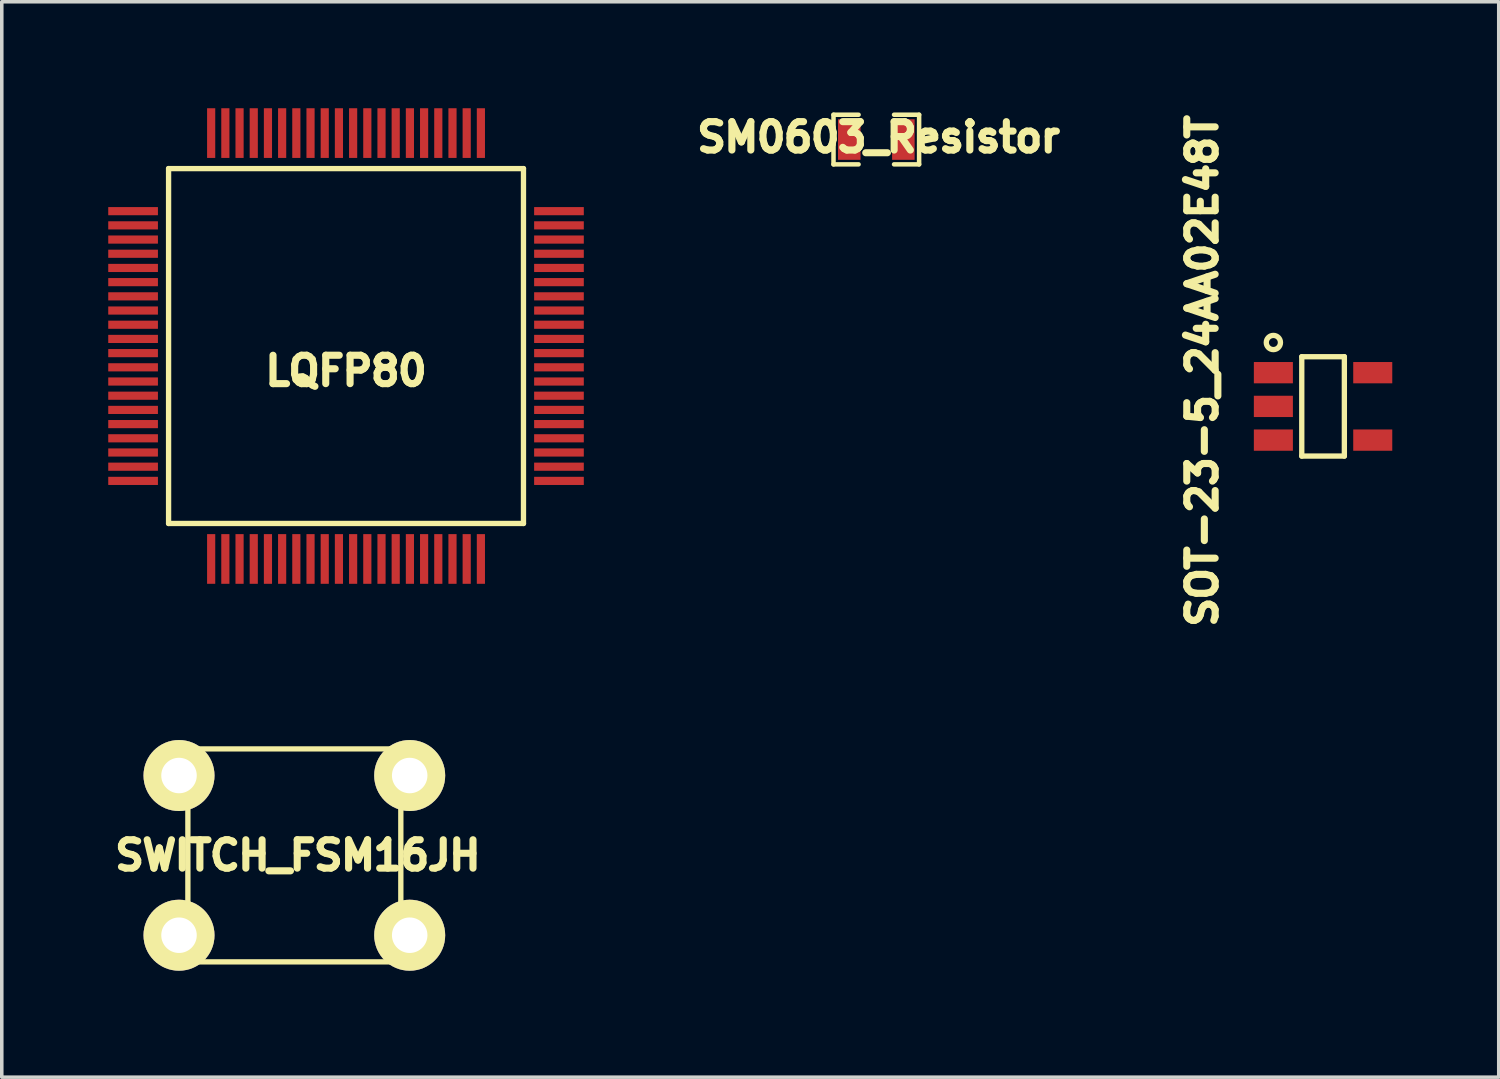
<source format=kicad_pcb>
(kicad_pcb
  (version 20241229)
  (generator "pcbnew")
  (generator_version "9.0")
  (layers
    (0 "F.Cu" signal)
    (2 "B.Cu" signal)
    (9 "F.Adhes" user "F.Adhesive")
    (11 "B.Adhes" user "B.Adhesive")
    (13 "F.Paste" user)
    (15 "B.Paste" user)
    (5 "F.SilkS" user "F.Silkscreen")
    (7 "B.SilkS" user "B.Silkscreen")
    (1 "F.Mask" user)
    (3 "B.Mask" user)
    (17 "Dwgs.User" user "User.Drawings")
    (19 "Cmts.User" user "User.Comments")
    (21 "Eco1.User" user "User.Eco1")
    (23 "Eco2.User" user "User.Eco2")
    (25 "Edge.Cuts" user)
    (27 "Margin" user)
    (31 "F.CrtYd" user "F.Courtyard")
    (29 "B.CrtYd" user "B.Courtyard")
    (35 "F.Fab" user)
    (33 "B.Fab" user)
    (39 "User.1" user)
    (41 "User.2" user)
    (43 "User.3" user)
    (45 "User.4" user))
  (footprint "LQFP80"
    (layer "F.Cu")
    (at 6.7 6.7)
    (property "Reference" "LQFP80" (at 0 0.7 0) (layer "F.SilkS") (effects (font (size 0.8 0.8) (thickness 0.2))))
    (attr through_hole)
    (fp_line (start -5 -5) (end 5 -5) (stroke (width 0.15) (type solid)) (layer "F.SilkS"))
    (fp_line (start -5 5) (end -5 -5) (stroke (width 0.15) (type solid)) (layer "F.SilkS"))
    (fp_line (start 5 -5) (end 5 5) (stroke (width 0.15) (type solid)) (layer "F.SilkS"))
    (fp_line (start 5 5) (end -5 5) (stroke (width 0.15) (type solid)) (layer "F.SilkS"))
    (pad "1" smd rect (at -6 -3.8) (size 1.4 0.23) (layers "F.Cu" "F.Mask" "F.Paste"))
    (pad "2" smd rect (at -6 -3.4) (size 1.4 0.23) (layers "F.Cu" "F.Mask" "F.Paste"))
    (pad "3" smd rect (at -6 -3) (size 1.4 0.23) (layers "F.Cu" "F.Mask" "F.Paste"))
    (pad "4" smd rect (at -6 -2.6) (size 1.4 0.23) (layers "F.Cu" "F.Mask" "F.Paste"))
    (pad "5" smd rect (at -6 -2.2) (size 1.4 0.23) (layers "F.Cu" "F.Mask" "F.Paste"))
    (pad "6" smd rect (at -6 -1.8) (size 1.4 0.23) (layers "F.Cu" "F.Mask" "F.Paste"))
    (pad "7" smd rect (at -6 -1.4) (size 1.4 0.23) (layers "F.Cu" "F.Mask" "F.Paste"))
    (pad "8" smd rect (at -6 -1) (size 1.4 0.23) (layers "F.Cu" "F.Mask" "F.Paste"))
    (pad "9" smd rect (at -6 -0.6) (size 1.4 0.23) (layers "F.Cu" "F.Mask" "F.Paste"))
    (pad "10" smd rect (at -6 -0.2) (size 1.4 0.23) (layers "F.Cu" "F.Mask" "F.Paste"))
    (pad "11" smd rect (at -6 0.2) (size 1.4 0.23) (layers "F.Cu" "F.Mask" "F.Paste"))
    (pad "12" smd rect (at -6 0.6) (size 1.4 0.23) (layers "F.Cu" "F.Mask" "F.Paste"))
    (pad "13" smd rect (at -6 1) (size 1.4 0.23) (layers "F.Cu" "F.Mask" "F.Paste"))
    (pad "14" smd rect (at -6 1.4) (size 1.4 0.23) (layers "F.Cu" "F.Mask" "F.Paste"))
    (pad "15" smd rect (at -6 1.8) (size 1.4 0.23) (layers "F.Cu" "F.Mask" "F.Paste"))
    (pad "16" smd rect (at -6 2.2) (size 1.4 0.23) (layers "F.Cu" "F.Mask" "F.Paste"))
    (pad "17" smd rect (at -6 2.6) (size 1.4 0.23) (layers "F.Cu" "F.Mask" "F.Paste"))
    (pad "18" smd rect (at -6 3) (size 1.4 0.23) (layers "F.Cu" "F.Mask" "F.Paste"))
    (pad "19" smd rect (at -6 3.4) (size 1.4 0.23) (layers "F.Cu" "F.Mask" "F.Paste"))
    (pad "20" smd rect (at -6 3.8) (size 1.4 0.23) (layers "F.Cu" "F.Mask" "F.Paste"))
    (pad "21" smd rect (at -3.8 6 90) (size 1.4 0.23) (layers "F.Cu" "F.Mask" "F.Paste"))
    (pad "22" smd rect (at -3.4 6 90) (size 1.4 0.23) (layers "F.Cu" "F.Mask" "F.Paste"))
    (pad "23" smd rect (at -3 6 90) (size 1.4 0.23) (layers "F.Cu" "F.Mask" "F.Paste"))
    (pad "24" smd rect (at -2.6 6 90) (size 1.4 0.23) (layers "F.Cu" "F.Mask" "F.Paste"))
    (pad "25" smd rect (at -2.2 6 90) (size 1.4 0.23) (layers "F.Cu" "F.Mask" "F.Paste"))
    (pad "26" smd rect (at -1.8 6 90) (size 1.4 0.23) (layers "F.Cu" "F.Mask" "F.Paste"))
    (pad "27" smd rect (at -1.4 6 90) (size 1.4 0.23) (layers "F.Cu" "F.Mask" "F.Paste"))
    (pad "28" smd rect (at -1 6 90) (size 1.4 0.23) (layers "F.Cu" "F.Mask" "F.Paste"))
    (pad "29" smd rect (at -0.6 6 90) (size 1.4 0.23) (layers "F.Cu" "F.Mask" "F.Paste"))
    (pad "30" smd rect (at -0.2 6 90) (size 1.4 0.23) (layers "F.Cu" "F.Mask" "F.Paste"))
    (pad "31" smd rect (at 0.2 6 90) (size 1.4 0.23) (layers "F.Cu" "F.Mask" "F.Paste"))
    (pad "32" smd rect (at 0.6 6 90) (size 1.4 0.23) (layers "F.Cu" "F.Mask" "F.Paste"))
    (pad "33" smd rect (at 1 6 90) (size 1.4 0.23) (layers "F.Cu" "F.Mask" "F.Paste"))
    (pad "34" smd rect (at 1.4 6 90) (size 1.4 0.23) (layers "F.Cu" "F.Mask" "F.Paste"))
    (pad "35" smd rect (at 1.8 6 90) (size 1.4 0.23) (layers "F.Cu" "F.Mask" "F.Paste"))
    (pad "36" smd rect (at 2.2 6 90) (size 1.4 0.23) (layers "F.Cu" "F.Mask" "F.Paste"))
    (pad "37" smd rect (at 2.6 6 90) (size 1.4 0.23) (layers "F.Cu" "F.Mask" "F.Paste"))
    (pad "38" smd rect (at 3 6 90) (size 1.4 0.23) (layers "F.Cu" "F.Mask" "F.Paste"))
    (pad "39" smd rect (at 3.4 6 90) (size 1.4 0.23) (layers "F.Cu" "F.Mask" "F.Paste"))
    (pad "40" smd rect (at 3.8 6 90) (size 1.4 0.23) (layers "F.Cu" "F.Mask" "F.Paste"))
    (pad "41" smd rect (at 6 3.8) (size 1.4 0.23) (layers "F.Cu" "F.Mask" "F.Paste"))
    (pad "42" smd rect (at 6 3.4) (size 1.4 0.23) (layers "F.Cu" "F.Mask" "F.Paste"))
    (pad "43" smd rect (at 6 3) (size 1.4 0.23) (layers "F.Cu" "F.Mask" "F.Paste"))
    (pad "44" smd rect (at 6 2.6) (size 1.4 0.23) (layers "F.Cu" "F.Mask" "F.Paste"))
    (pad "45" smd rect (at 6 2.2) (size 1.4 0.23) (layers "F.Cu" "F.Mask" "F.Paste"))
    (pad "46" smd rect (at 6 1.8) (size 1.4 0.23) (layers "F.Cu" "F.Mask" "F.Paste"))
    (pad "47" smd rect (at 6 1.4) (size 1.4 0.23) (layers "F.Cu" "F.Mask" "F.Paste"))
    (pad "48" smd rect (at 6 1) (size 1.4 0.23) (layers "F.Cu" "F.Mask" "F.Paste"))
    (pad "49" smd rect (at 6 0.6) (size 1.4 0.23) (layers "F.Cu" "F.Mask" "F.Paste"))
    (pad "50" smd rect (at 6 0.2) (size 1.4 0.23) (layers "F.Cu" "F.Mask" "F.Paste"))
    (pad "51" smd rect (at 6 -0.2) (size 1.4 0.23) (layers "F.Cu" "F.Mask" "F.Paste"))
    (pad "52" smd rect (at 6 -0.6) (size 1.4 0.23) (layers "F.Cu" "F.Mask" "F.Paste"))
    (pad "53" smd rect (at 6 -1) (size 1.4 0.23) (layers "F.Cu" "F.Mask" "F.Paste"))
    (pad "54" smd rect (at 6 -1.4) (size 1.4 0.23) (layers "F.Cu" "F.Mask" "F.Paste"))
    (pad "55" smd rect (at 6 -1.8) (size 1.4 0.23) (layers "F.Cu" "F.Mask" "F.Paste"))
    (pad "56" smd rect (at 6 -2.2) (size 1.4 0.23) (layers "F.Cu" "F.Mask" "F.Paste"))
    (pad "57" smd rect (at 6 -2.6) (size 1.4 0.23) (layers "F.Cu" "F.Mask" "F.Paste"))
    (pad "58" smd rect (at 6 -3) (size 1.4 0.23) (layers "F.Cu" "F.Mask" "F.Paste"))
    (pad "59" smd rect (at 6 -3.4) (size 1.4 0.23) (layers "F.Cu" "F.Mask" "F.Paste"))
    (pad "60" smd rect (at 6 -3.8) (size 1.4 0.23) (layers "F.Cu" "F.Mask" "F.Paste"))
    (pad "61" smd rect (at 3.8 -6 90) (size 1.4 0.23) (layers "F.Cu" "F.Mask" "F.Paste"))
    (pad "62" smd rect (at 3.4 -6 90) (size 1.4 0.23) (layers "F.Cu" "F.Mask" "F.Paste"))
    (pad "63" smd rect (at 3 -6 90) (size 1.4 0.23) (layers "F.Cu" "F.Mask" "F.Paste"))
    (pad "64" smd rect (at 2.6 -6 90) (size 1.4 0.23) (layers "F.Cu" "F.Mask" "F.Paste"))
    (pad "65" smd rect (at 2.2 -6 90) (size 1.4 0.23) (layers "F.Cu" "F.Mask" "F.Paste"))
    (pad "66" smd rect (at 1.8 -6 90) (size 1.4 0.23) (layers "F.Cu" "F.Mask" "F.Paste"))
    (pad "67" smd rect (at 1.4 -6 90) (size 1.4 0.23) (layers "F.Cu" "F.Mask" "F.Paste"))
    (pad "68" smd rect (at 1 -6 90) (size 1.4 0.23) (layers "F.Cu" "F.Mask" "F.Paste"))
    (pad "69" smd rect (at 0.6 -6 90) (size 1.4 0.23) (layers "F.Cu" "F.Mask" "F.Paste"))
    (pad "70" smd rect (at 0.2 -6 90) (size 1.4 0.23) (layers "F.Cu" "F.Mask" "F.Paste"))
    (pad "71" smd rect (at -0.2 -6 90) (size 1.4 0.23) (layers "F.Cu" "F.Mask" "F.Paste"))
    (pad "72" smd rect (at -0.6 -6 90) (size 1.4 0.23) (layers "F.Cu" "F.Mask" "F.Paste"))
    (pad "73" smd rect (at -1 -6 90) (size 1.4 0.23) (layers "F.Cu" "F.Mask" "F.Paste"))
    (pad "74" smd rect (at -1.4 -6 90) (size 1.4 0.23) (layers "F.Cu" "F.Mask" "F.Paste"))
    (pad "75" smd rect (at -1.8 -6 90) (size 1.4 0.23) (layers "F.Cu" "F.Mask" "F.Paste"))
    (pad "76" smd rect (at -2.2 -6 90) (size 1.4 0.23) (layers "F.Cu" "F.Mask" "F.Paste"))
    (pad "77" smd rect (at -2.6 -6 90) (size 1.4 0.23) (layers "F.Cu" "F.Mask" "F.Paste"))
    (pad "78" smd rect (at -3 -6 90) (size 1.4 0.23) (layers "F.Cu" "F.Mask" "F.Paste"))
    (pad "79" smd rect (at -3.4 -6 90) (size 1.4 0.23) (layers "F.Cu" "F.Mask" "F.Paste"))
    (pad "80" smd rect (at -3.8 -6 90) (size 1.4 0.23) (layers "F.Cu" "F.Mask" "F.Paste")))
  (footprint "SWITCH_FSM16JH"
    (layer "F.Cu")
    (at 5.244 21.052)
    (property "Reference" "SWITCH_FSM16JH" (at 0.1 0 0) (layer "F.SilkS") (effects (font (size 0.8 0.8) (thickness 0.2))))
    (attr through_hole)
    (fp_line (start -3 -3) (end 3 -3) (stroke (width 0.15) (type solid)) (layer "F.SilkS"))
    (fp_line (start -3 3) (end -3 -3) (stroke (width 0.15) (type solid)) (layer "F.SilkS"))
    (fp_line (start 3 -3) (end 3 3) (stroke (width 0.15) (type solid)) (layer "F.SilkS"))
    (fp_line (start 3 3) (end -3 3) (stroke (width 0.15) (type solid)) (layer "F.SilkS"))
    (pad "1" thru_hole circle (at -3.25 -2.25) (size 2 2) (drill 1) (layers "*.Cu" "*.Mask" "F.SilkS"))
    (pad "1" thru_hole circle (at 3.25 -2.25) (size 2 2) (drill 1) (layers "*.Cu" "*.Mask" "F.SilkS"))
    (pad "2" thru_hole circle (at -3.25 2.25) (size 2 2) (drill 1) (layers "*.Cu" "*.Mask" "F.SilkS"))
    (pad "2" thru_hole circle (at 3.25 2.25) (size 2 2) (drill 1) (layers "*.Cu" "*.Mask" "F.SilkS")))
  (footprint "SM0603_Resistor"
    (layer "F.Cu")
    (at 21.642 0.882)
    (property "Reference" "SM0603_Resistor" (at 0.064 -0.064 0) (layer "F.SilkS") (effects (font (size 0.8 0.8) (thickness 0.2))))
    (attr smd)
    (fp_line (start -1.206 -0.699) (end -1.206 0.699) (stroke (width 0.127) (type solid)) (layer "F.SilkS"))
    (fp_line (start -1.206 0.699) (end -0.5 0.699) (stroke (width 0.127) (type solid)) (layer "F.SilkS"))
    (fp_line (start -0.5 -0.699) (end -1.206 -0.699) (stroke (width 0.127) (type solid)) (layer "F.SilkS"))
    (fp_line (start 1.206 -0.699) (end 0.5 -0.699) (stroke (width 0.127) (type solid)) (layer "F.SilkS"))
    (fp_line (start 1.206 -0.699) (end 1.206 0.699) (stroke (width 0.127) (type solid)) (layer "F.SilkS"))
    (fp_line (start 1.206 0.699) (end 0.5 0.699) (stroke (width 0.127) (type solid)) (layer "F.SilkS"))
    (pad "1" smd rect (at -0.762 0) (size 0.635 1.143) (layers "F.Cu" "F.Mask" "F.Paste"))
    (pad "2" smd rect (at 0.762 0) (size 0.635 1.143) (layers "F.Cu" "F.Mask" "F.Paste")))
  (footprint "SOT-23-5_24AA02E48T"
    (layer "F.Cu")
    (at 34.23 8.401)
    (property "Reference" "SOT-23-5_24AA02E48T" (at -3.4 -1 90) (layer "F.SilkS") (effects (font (size 0.8 0.8) (thickness 0.2))))
    (attr through_hole)
    (fp_line (start -0.6 -1.4) (end 0.6 -1.4) (stroke (width 0.15) (type solid)) (layer "F.SilkS"))
    (fp_line (start -0.6 1.4) (end -0.6 -1.4) (stroke (width 0.15) (type solid)) (layer "F.SilkS"))
    (fp_line (start 0.6 -1.4) (end 0.6 1.4) (stroke (width 0.15) (type solid)) (layer "F.SilkS"))
    (fp_line (start 0.6 1.4) (end -0.6 1.4) (stroke (width 0.15) (type solid)) (layer "F.SilkS"))
    (fp_circle (center -1.4 -1.8) (end -1.2 -1.8) (stroke (width 0.15) (type solid)) (fill no) (layer "F.SilkS"))
    (pad "1" smd rect (at -1.4 -0.95 270) (size 0.6 1.1) (layers "F.Cu" "F.Mask" "F.Paste"))
    (pad "2" smd rect (at -1.4 0 270) (size 0.6 1.1) (layers "F.Cu" "F.Mask" "F.Paste"))
    (pad "3" smd rect (at -1.4 0.95 270) (size 0.6 1.1) (layers "F.Cu" "F.Mask" "F.Paste"))
    (pad "4" smd rect (at 1.4 0.95 270) (size 0.6 1.1) (layers "F.Cu" "F.Mask" "F.Paste"))
    (pad "5" smd rect (at 1.4 -0.95 270) (size 0.6 1.1) (layers "F.Cu" "F.Mask" "F.Paste")))
  (gr_rect
    (start -3 -3)
    (end 39.18 27.302)
    (stroke (width 0.1) (type default))
    (fill no)
    (layer "Edge.Cuts")))
</source>
